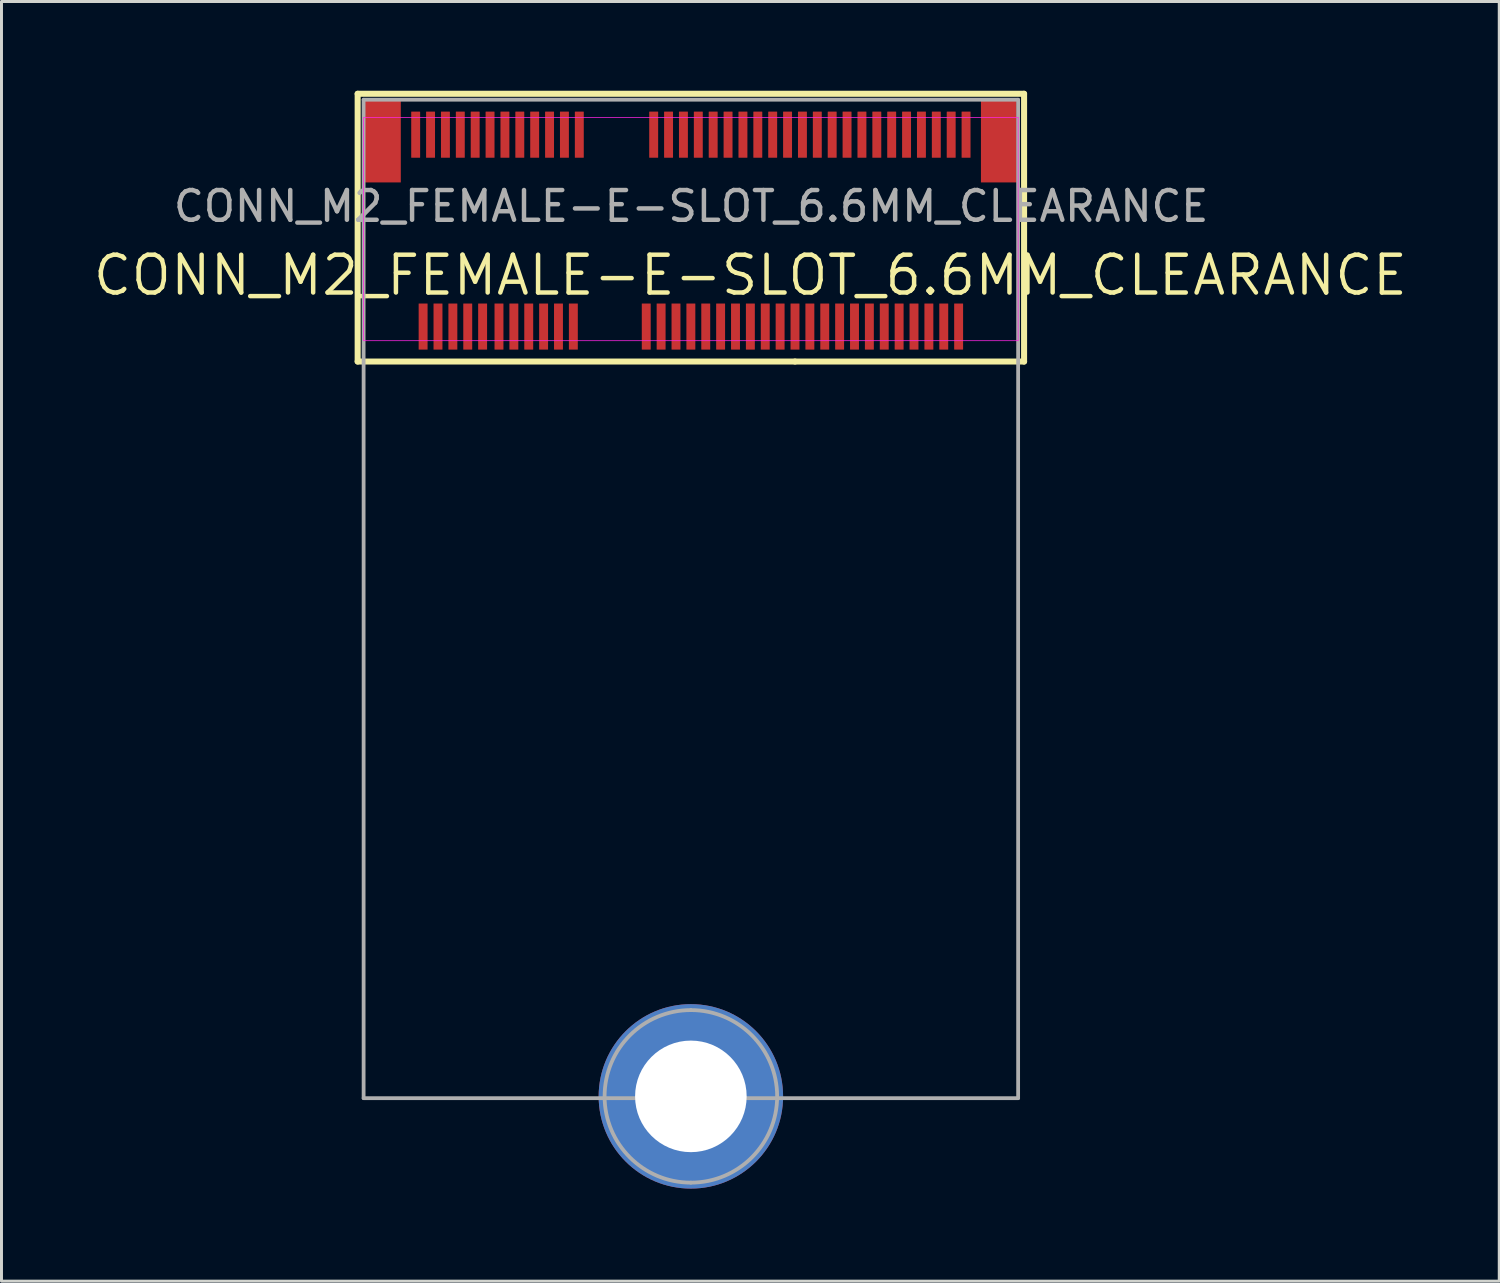
<source format=kicad_pcb>
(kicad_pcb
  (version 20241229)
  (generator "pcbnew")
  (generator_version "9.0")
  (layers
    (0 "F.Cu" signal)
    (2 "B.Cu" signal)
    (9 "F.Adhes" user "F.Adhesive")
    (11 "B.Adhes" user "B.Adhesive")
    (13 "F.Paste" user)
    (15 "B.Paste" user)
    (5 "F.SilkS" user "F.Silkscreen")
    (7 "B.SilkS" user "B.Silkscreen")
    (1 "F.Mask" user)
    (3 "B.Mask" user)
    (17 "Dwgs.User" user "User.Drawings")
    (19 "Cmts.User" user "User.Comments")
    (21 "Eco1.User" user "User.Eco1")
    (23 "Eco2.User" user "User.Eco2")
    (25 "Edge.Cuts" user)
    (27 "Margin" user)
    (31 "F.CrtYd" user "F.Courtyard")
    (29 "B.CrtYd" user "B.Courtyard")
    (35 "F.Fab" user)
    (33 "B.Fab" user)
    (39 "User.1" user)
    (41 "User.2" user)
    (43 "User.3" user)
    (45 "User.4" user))
  (footprint "CONN_M2_FEMALE-E-SLOT_6.6MM_CLEARANCE"
    (layer "F.Cu")
    (at 20.172 6.202)
    (property "Reference" "CONN_M2_FEMALE-E-SLOT_6.6MM_CLEARANCE" (at 2 0 0) (layer "F.SilkS") (effects (font (size 1.27 1.27) (thickness 0.15))))
    (fp_line (start -11.2 2.9) (end -11.2 -6.1) (stroke (width 0.203) (type solid)) (layer "F.SilkS"))
    (fp_line (start 3.5 2.9) (end -11.2 2.9) (stroke (width 0.203) (type solid)) (layer "F.SilkS"))
    (fp_line (start 3.5 2.9) (end 11.2 2.9) (stroke (width 0.203) (type solid)) (layer "F.SilkS"))
    (fp_line (start 11.2 -6.1) (end -11.2 -6.1) (stroke (width 0.203) (type solid)) (layer "F.SilkS"))
    (fp_line (start 11.2 2.9) (end 11.2 -6.1) (stroke (width 0.203) (type solid)) (layer "F.SilkS"))
    (fp_arc (start 0 27.55) (mid 0.05 27.6) (end 0 27.65) (stroke (width 0.00001) (type solid)) (layer "F.Paste"))
    (fp_arc (start 0 27.65) (mid -0.05 27.6) (end 0 27.55) (stroke (width 0.00001) (type solid)) (layer "F.Paste"))
    (fp_poly (pts (xy -2.003 28.238) (xy -1.898 28.505) (xy -1.757 28.754) (xy -1.584 28.982) (xy -1.382 29.184) (xy -1.154 29.357) (xy -0.905 29.498) (xy -0.638 29.603) (xy -0.5 29.64) (xy -0.5 30.811) (xy -0.684 30.78) (xy -1.043 30.681) (xy -1.389 30.541) (xy -1.717 30.363) (xy -2.022 30.148) (xy -2.3 29.9) (xy -2.548 29.622) (xy -2.763 29.317) (xy -2.941 28.989) (xy -3.081 28.643) (xy -3.18 28.284) (xy -3.211 28.1) (xy -2.04 28.1)) (stroke (width 0.00001) (type solid)) (fill yes) (layer "F.Paste"))
    (fp_poly (pts (xy -0.5 25.56) (xy -0.638 25.597) (xy -0.905 25.702) (xy -1.154 25.843) (xy -1.382 26.016) (xy -1.584 26.218) (xy -1.757 26.446) (xy -1.898 26.695) (xy -2.003 26.962) (xy -2.04 27.1) (xy -3.211 27.1) (xy -3.18 26.916) (xy -3.081 26.557) (xy -2.941 26.211) (xy -2.763 25.883) (xy -2.548 25.578) (xy -2.3 25.3) (xy -2.022 25.052) (xy -1.717 24.837) (xy -1.389 24.659) (xy -1.043 24.519) (xy -0.684 24.42) (xy -0.5 24.389)) (stroke (width 0.00001) (type solid)) (fill yes) (layer "F.Paste"))
    (fp_poly (pts (xy 0.684 24.42) (xy 1.043 24.519) (xy 1.389 24.659) (xy 1.717 24.837) (xy 2.022 25.052) (xy 2.3 25.3) (xy 2.548 25.578) (xy 2.763 25.883) (xy 2.941 26.211) (xy 3.081 26.557) (xy 3.18 26.916) (xy 3.211 27.1) (xy 3.211 27.1) (xy 2.04 27.1) (xy 2.003 26.962) (xy 1.898 26.695) (xy 1.757 26.446) (xy 1.584 26.218) (xy 1.382 26.016) (xy 1.154 25.843) (xy 0.905 25.702) (xy 0.638 25.597) (xy 0.5 25.56) (xy 0.5 25.56) (xy 0.5 24.389)) (stroke (width 0.00001) (type solid)) (fill yes) (layer "F.Paste"))
    (fp_poly (pts (xy 3.211 28.1) (xy 3.18 28.284) (xy 3.081 28.643) (xy 2.941 28.989) (xy 2.763 29.317) (xy 2.548 29.622) (xy 2.3 29.9) (xy 2.022 30.148) (xy 1.717 30.363) (xy 1.389 30.541) (xy 1.043 30.681) (xy 0.684 30.78) (xy 0.5 30.811) (xy 0.5 29.64) (xy 0.5 29.64) (xy 0.638 29.603) (xy 0.905 29.498) (xy 1.154 29.357) (xy 1.382 29.184) (xy 1.584 28.982) (xy 1.757 28.754) (xy 1.898 28.505) (xy 2.003 28.238) (xy 2.04 28.1) (xy 3.211 28.1)) (stroke (width 0.00001) (type solid)) (fill yes) (layer "F.Paste"))
    (fp_line (start -11 -5.3) (end -11 2.2) (stroke (width 0.025) (type solid)) (layer "F.CrtYd"))
    (fp_line (start -11 2.2) (end 11 2.2) (stroke (width 0.025) (type solid)) (layer "F.CrtYd"))
    (fp_line (start 11 -5.3) (end -11 -5.3) (stroke (width 0.025) (type solid)) (layer "F.CrtYd"))
    (fp_line (start 11 2.2) (end 11 -5.3) (stroke (width 0.025) (type solid)) (layer "F.CrtYd"))
    (fp_line (start -11 -5.9) (end -11 27.66) (stroke (width 0.127) (type solid)) (layer "F.Fab"))
    (fp_line (start -11 27.66) (end 11 27.66) (stroke (width 0.127) (type solid)) (layer "F.Fab"))
    (fp_line (start 11 -5.9) (end -11 -5.9) (stroke (width 0.127) (type solid)) (layer "F.Fab"))
    (fp_line (start 11 27.66) (end 11 -5.9) (stroke (width 0.127) (type solid)) (layer "F.Fab"))
    (fp_arc (start 0 24.7) (mid 2.9 27.6) (end 0 30.5) (stroke (width 0.127) (type solid)) (layer "F.Fab"))
    (fp_arc (start 0 30.5) (mid -2.9 27.6) (end 0 24.7) (stroke (width 0.127) (type solid)) (layer "F.Fab"))
    (fp_text user "${REFERENCE}" (at 0.01 -2.32 0) (unlocked yes) (layer "F.Fab") (effects (font (size 1 1) (thickness 0.15))))
    (pad "" np_thru_hole circle (at -10 0) (size 0.00001 0.00001) (drill 1.1) (layers "*.Cu" "*.Paste" "*.Mask"))
    (pad "" np_thru_hole circle (at 10 0) (size 0.001 0.001) (drill 1.6) (layers "*.Cu" "*.Paste" "*.Mask"))
    (pad "1" smd roundrect (at -9.25 -4.725 90) (size 1.55 0.3) (layers "F.Cu" "F.Mask" "F.Paste") (roundrect_rratio 0.033))
    (pad "2" smd roundrect (at -9 1.725 90) (size 1.55 0.3) (layers "F.Cu" "F.Mask" "F.Paste") (roundrect_rratio 0.033))
    (pad "3" smd roundrect (at -8.75 -4.725 90) (size 1.55 0.3) (layers "F.Cu" "F.Mask" "F.Paste") (roundrect_rratio 0.033))
    (pad "4" smd roundrect (at -8.5 1.725 90) (size 1.55 0.3) (layers "F.Cu" "F.Mask" "F.Paste") (roundrect_rratio 0.033))
    (pad "5" smd roundrect (at -8.25 -4.725 90) (size 1.55 0.3) (layers "F.Cu" "F.Mask" "F.Paste") (roundrect_rratio 0.033))
    (pad "6" smd roundrect (at -8 1.725 90) (size 1.55 0.3) (layers "F.Cu" "F.Mask" "F.Paste") (roundrect_rratio 0.033))
    (pad "7" smd roundrect (at -7.75 -4.725 90) (size 1.55 0.3) (layers "F.Cu" "F.Mask" "F.Paste") (roundrect_rratio 0.033))
    (pad "8" smd roundrect (at -7.5 1.725 90) (size 1.55 0.3) (layers "F.Cu" "F.Mask" "F.Paste") (roundrect_rratio 0.033))
    (pad "9" smd roundrect (at -7.25 -4.725 90) (size 1.55 0.3) (layers "F.Cu" "F.Mask" "F.Paste") (roundrect_rratio 0.033))
    (pad "10" smd roundrect (at -7 1.725 90) (size 1.55 0.3) (layers "F.Cu" "F.Mask" "F.Paste") (roundrect_rratio 0.033))
    (pad "11" smd roundrect (at -6.75 -4.725 90) (size 1.55 0.3) (layers "F.Cu" "F.Mask" "F.Paste") (roundrect_rratio 0.033))
    (pad "12" smd roundrect (at -6.45 1.725 90) (size 1.55 0.3) (layers "F.Cu" "F.Mask" "F.Paste") (roundrect_rratio 0.033))
    (pad "13" smd roundrect (at -6.25 -4.725 90) (size 1.55 0.3) (layers "F.Cu" "F.Mask" "F.Paste") (roundrect_rratio 0.033))
    (pad "14" smd roundrect (at -5.95 1.725 90) (size 1.55 0.3) (layers "F.Cu" "F.Mask" "F.Paste") (roundrect_rratio 0.033))
    (pad "15" smd roundrect (at -5.75 -4.725 90) (size 1.55 0.3) (layers "F.Cu" "F.Mask" "F.Paste") (roundrect_rratio 0.033))
    (pad "16" smd roundrect (at -5.45 1.725 90) (size 1.55 0.3) (layers "F.Cu" "F.Mask" "F.Paste") (roundrect_rratio 0.033))
    (pad "17" smd roundrect (at -5.25 -4.725 90) (size 1.55 0.3) (layers "F.Cu" "F.Mask" "F.Paste") (roundrect_rratio 0.033))
    (pad "18" smd roundrect (at -4.95 1.725 90) (size 1.55 0.3) (layers "F.Cu" "F.Mask" "F.Paste") (roundrect_rratio 0.033))
    (pad "19" smd roundrect (at -4.75 -4.725 90) (size 1.55 0.3) (layers "F.Cu" "F.Mask" "F.Paste") (roundrect_rratio 0.033))
    (pad "20" smd roundrect (at -4.45 1.725 90) (size 1.55 0.3) (layers "F.Cu" "F.Mask" "F.Paste") (roundrect_rratio 0.033))
    (pad "21" smd roundrect (at -4.25 -4.725 90) (size 1.55 0.3) (layers "F.Cu" "F.Mask" "F.Paste") (roundrect_rratio 0.033))
    (pad "22" smd roundrect (at -3.95 1.725 90) (size 1.55 0.3) (layers "F.Cu" "F.Mask" "F.Paste") (roundrect_rratio 0.033))
    (pad "23" smd roundrect (at -3.75 -4.725 90) (size 1.55 0.3) (layers "F.Cu" "F.Mask" "F.Paste") (roundrect_rratio 0.033))
    (pad "32" smd roundrect (at -1.5 1.725 90) (size 1.55 0.3) (layers "F.Cu" "F.Mask" "F.Paste") (roundrect_rratio 0.033))
    (pad "33" smd roundrect (at -1.25 -4.725 90) (size 1.55 0.3) (layers "F.Cu" "F.Mask" "F.Paste") (roundrect_rratio 0.033))
    (pad "34" smd roundrect (at -1 1.725 90) (size 1.55 0.3) (layers "F.Cu" "F.Mask" "F.Paste") (roundrect_rratio 0.033))
    (pad "35" smd roundrect (at -0.75 -4.725 90) (size 1.55 0.3) (layers "F.Cu" "F.Mask" "F.Paste") (roundrect_rratio 0.033))
    (pad "36" smd roundrect (at -0.5 1.725 90) (size 1.55 0.3) (layers "F.Cu" "F.Mask" "F.Paste") (roundrect_rratio 0.033))
    (pad "37" smd roundrect (at -0.25 -4.725 90) (size 1.55 0.3) (layers "F.Cu" "F.Mask" "F.Paste") (roundrect_rratio 0.033))
    (pad "38" smd roundrect (at 0 1.725 90) (size 1.55 0.3) (layers "F.Cu" "F.Mask" "F.Paste") (roundrect_rratio 0.033))
    (pad "39" smd roundrect (at 0.25 -4.725 90) (size 1.55 0.3) (layers "F.Cu" "F.Mask" "F.Paste") (roundrect_rratio 0.033))
    (pad "40" smd roundrect (at 0.5 1.725 90) (size 1.55 0.3) (layers "F.Cu" "F.Mask" "F.Paste") (roundrect_rratio 0.033))
    (pad "41" smd roundrect (at 0.75 -4.725 90) (size 1.55 0.3) (layers "F.Cu" "F.Mask" "F.Paste") (roundrect_rratio 0.033))
    (pad "42" smd roundrect (at 1 1.725 90) (size 1.55 0.3) (layers "F.Cu" "F.Mask" "F.Paste") (roundrect_rratio 0.033))
    (pad "43" smd roundrect (at 1.25 -4.725 90) (size 1.55 0.3) (layers "F.Cu" "F.Mask" "F.Paste") (roundrect_rratio 0.033))
    (pad "44" smd roundrect (at 1.5 1.725 90) (size 1.55 0.3) (layers "F.Cu" "F.Mask" "F.Paste") (roundrect_rratio 0.033))
    (pad "45" smd roundrect (at 1.75 -4.725 90) (size 1.55 0.3) (layers "F.Cu" "F.Mask" "F.Paste") (roundrect_rratio 0.033))
    (pad "46" smd roundrect (at 2 1.725 90) (size 1.55 0.3) (layers "F.Cu" "F.Mask" "F.Paste") (roundrect_rratio 0.033))
    (pad "47" smd roundrect (at 2.25 -4.725 90) (size 1.55 0.3) (layers "F.Cu" "F.Mask" "F.Paste") (roundrect_rratio 0.033))
    (pad "48" smd roundrect (at 2.5 1.725 90) (size 1.55 0.3) (layers "F.Cu" "F.Mask" "F.Paste") (roundrect_rratio 0.033))
    (pad "49" smd roundrect (at 2.75 -4.725 90) (size 1.55 0.3) (layers "F.Cu" "F.Mask" "F.Paste") (roundrect_rratio 0.033))
    (pad "50" smd roundrect (at 3 1.725 90) (size 1.55 0.3) (layers "F.Cu" "F.Mask" "F.Paste") (roundrect_rratio 0.033))
    (pad "51" smd roundrect (at 3.25 -4.725 90) (size 1.55 0.3) (layers "F.Cu" "F.Mask" "F.Paste") (roundrect_rratio 0.033))
    (pad "52" smd roundrect (at 3.5 1.725 90) (size 1.55 0.3) (layers "F.Cu" "F.Mask" "F.Paste") (roundrect_rratio 0.033))
    (pad "53" smd roundrect (at 3.75 -4.725 90) (size 1.55 0.3) (layers "F.Cu" "F.Mask" "F.Paste") (roundrect_rratio 0.033))
    (pad "54" smd roundrect (at 4 1.725 90) (size 1.55 0.3) (layers "F.Cu" "F.Mask" "F.Paste") (roundrect_rratio 0.033))
    (pad "55" smd roundrect (at 4.25 -4.725 90) (size 1.55 0.3) (layers "F.Cu" "F.Mask" "F.Paste") (roundrect_rratio 0.033))
    (pad "56" smd roundrect (at 4.5 1.725 90) (size 1.55 0.3) (layers "F.Cu" "F.Mask" "F.Paste") (roundrect_rratio 0.033))
    (pad "57" smd roundrect (at 4.75 -4.725 90) (size 1.55 0.3) (layers "F.Cu" "F.Mask" "F.Paste") (roundrect_rratio 0.033))
    (pad "58" smd roundrect (at 5 1.725 90) (size 1.55 0.3) (layers "F.Cu" "F.Mask" "F.Paste") (roundrect_rratio 0.033))
    (pad "59" smd roundrect (at 5.25 -4.725 90) (size 1.55 0.3) (layers "F.Cu" "F.Mask" "F.Paste") (roundrect_rratio 0.033))
    (pad "60" smd roundrect (at 5.5 1.725 90) (size 1.55 0.3) (layers "F.Cu" "F.Mask" "F.Paste") (roundrect_rratio 0.033))
    (pad "61" smd roundrect (at 5.75 -4.725 90) (size 1.55 0.3) (layers "F.Cu" "F.Mask" "F.Paste") (roundrect_rratio 0.033))
    (pad "62" smd roundrect (at 6 1.725 90) (size 1.55 0.3) (layers "F.Cu" "F.Mask" "F.Paste") (roundrect_rratio 0.033))
    (pad "63" smd roundrect (at 6.25 -4.725 90) (size 1.55 0.3) (layers "F.Cu" "F.Mask" "F.Paste") (roundrect_rratio 0.033))
    (pad "64" smd roundrect (at 6.5 1.725 90) (size 1.55 0.3) (layers "F.Cu" "F.Mask" "F.Paste") (roundrect_rratio 0.033))
    (pad "65" smd roundrect (at 6.75 -4.725 90) (size 1.55 0.3) (layers "F.Cu" "F.Mask" "F.Paste") (roundrect_rratio 0.033))
    (pad "66" smd roundrect (at 7 1.725 90) (size 1.55 0.3) (layers "F.Cu" "F.Mask" "F.Paste") (roundrect_rratio 0.033))
    (pad "67" smd roundrect (at 7.25 -4.725 90) (size 1.55 0.3) (layers "F.Cu" "F.Mask" "F.Paste") (roundrect_rratio 0.033))
    (pad "68" smd roundrect (at 7.5 1.725 90) (size 1.55 0.3) (layers "F.Cu" "F.Mask" "F.Paste") (roundrect_rratio 0.033))
    (pad "69" smd roundrect (at 7.75 -4.725 90) (size 1.55 0.3) (layers "F.Cu" "F.Mask" "F.Paste") (roundrect_rratio 0.033))
    (pad "70" smd roundrect (at 8 1.725 90) (size 1.55 0.3) (layers "F.Cu" "F.Mask" "F.Paste") (roundrect_rratio 0.033))
    (pad "71" smd roundrect (at 8.25 -4.725 90) (size 1.55 0.3) (layers "F.Cu" "F.Mask" "F.Paste") (roundrect_rratio 0.033))
    (pad "72" smd roundrect (at 8.5 1.725 90) (size 1.55 0.3) (layers "F.Cu" "F.Mask" "F.Paste") (roundrect_rratio 0.033))
    (pad "73" smd roundrect (at 8.75 -4.725 90) (size 1.55 0.3) (layers "F.Cu" "F.Mask" "F.Paste") (roundrect_rratio 0.033))
    (pad "74" smd roundrect (at 9 1.725 90) (size 1.55 0.3) (layers "F.Cu" "F.Mask" "F.Paste") (roundrect_rratio 0.033))
    (pad "75" smd roundrect (at 9.25 -4.725 90) (size 1.55 0.3) (layers "F.Cu" "F.Mask" "F.Paste") (roundrect_rratio 0.033))
    (pad "S1" thru_hole circle (at 0 27.6) (size 6.2 6.2) (drill 3.75) (layers "*.Cu" "*.Mask"))
    (pad "S4" smd rect (at -10.35 -4.5 90) (size 2.76 1.2) (layers "F.Cu" "F.Mask" "F.Paste"))
    (pad "S5" smd rect (at 10.35 -4.5 90) (size 2.76 1.2) (layers "F.Cu" "F.Mask" "F.Paste")))
  (gr_rect
    (start -3 -3)
    (end 47.344 40.013)
    (stroke (width 0.1) (type default))
    (fill no)
    (layer "Edge.Cuts")))
</source>
